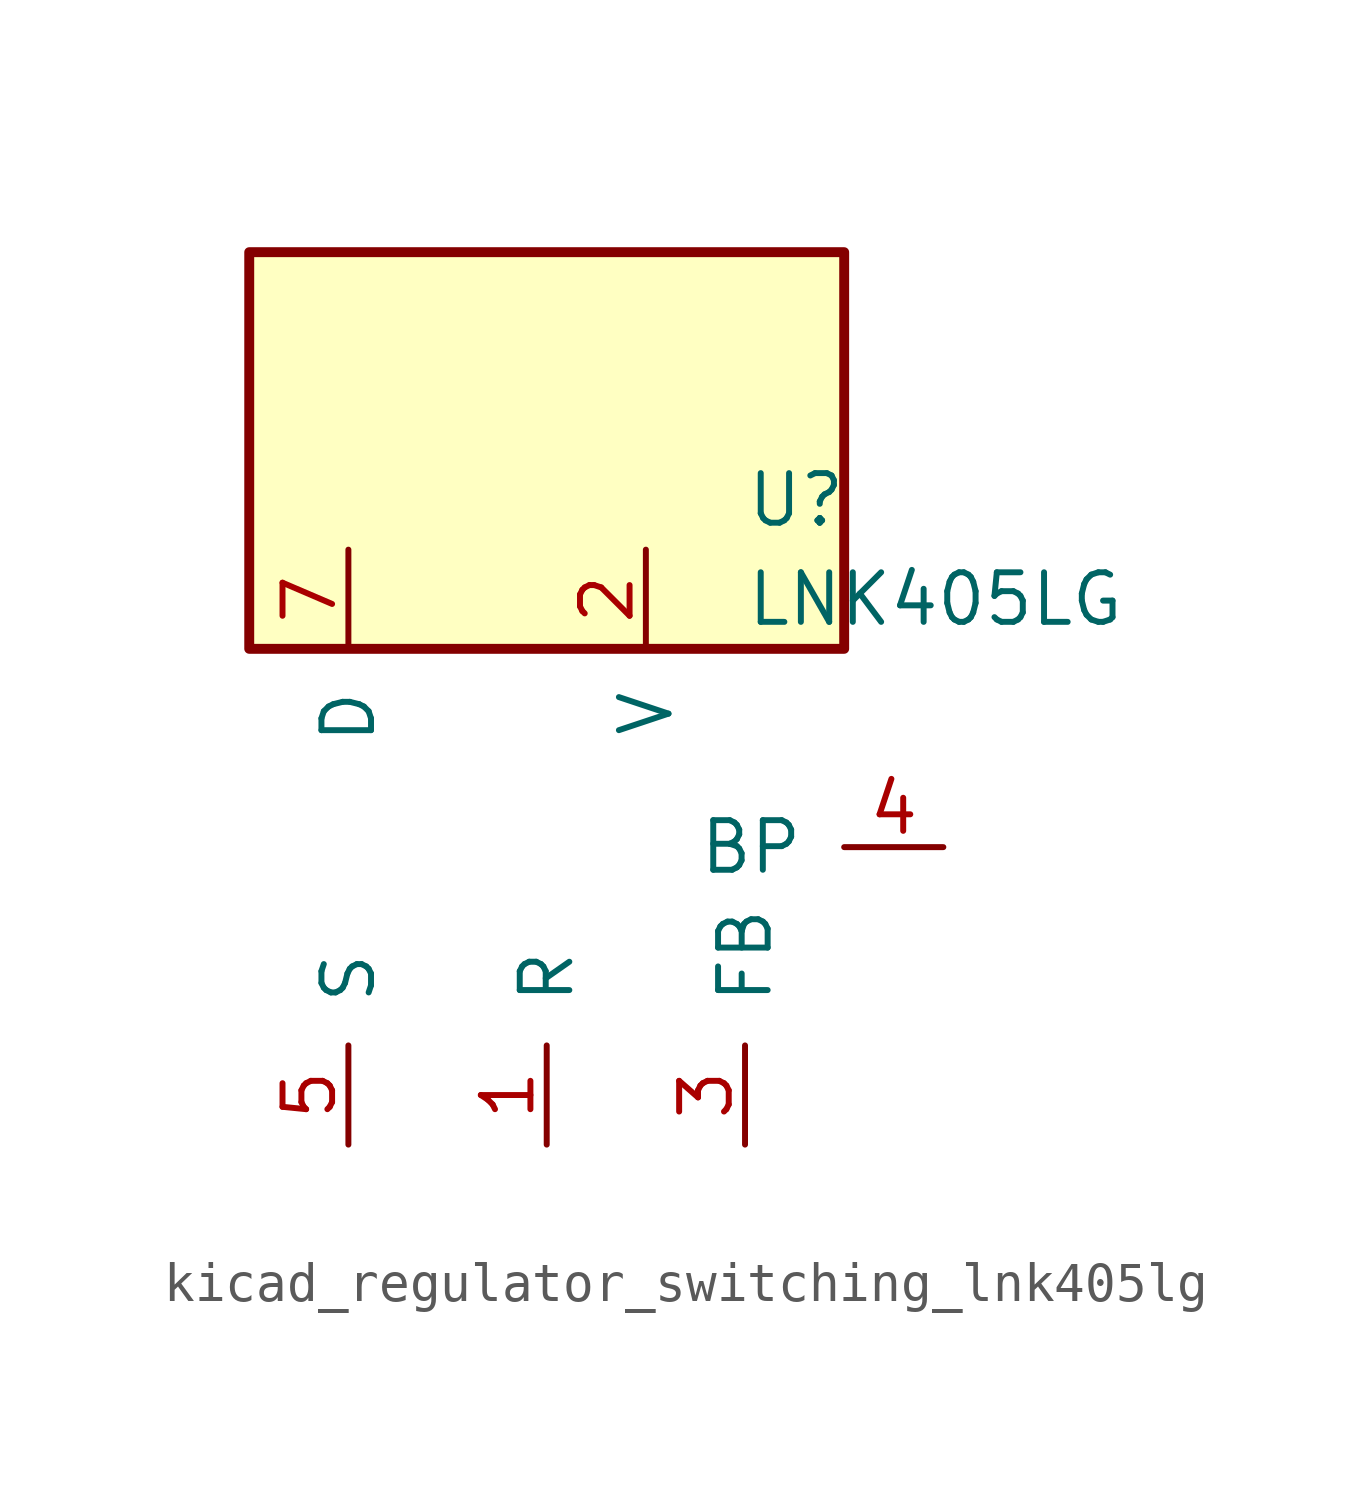
<source format=kicad_sym>
(kicad_symbol_lib
  (version 20220914)
  (generator kicad_symbol_editor)
  (symbol "kicad_regulator_switching_lnk405lg"
    (pin_names
      (offset 1.016))
    (property "Reference" "U"
      (at 5.08 8.89 0)
      (effects (font (size 1.27 1.27)) (justify left)))
    (property "Value" "LNK405LG"
      (at 5.08 6.35 0)
      (effects (font (size 1.27 1.27)) (justify left)))
    (symbol "kicad_regulator_switching_lnk405lg_0_1"
      (rectangle (start 7.62 15.24) (end -7.62 5.08) (stroke (width 0.254) (type default)) (fill (type background))))
    (symbol "kicad_regulator_switching_lnk405lg_1_1"
      (pin input line (at 0 -7.62 90) (length 2.54) (name "R" (effects (font (size 1.27 1.27)))) (number "1" (effects (font (size 1.27 1.27)))))
      (pin input line (at 2.54 7.62 270) (length 2.54) (name "V" (effects (font (size 1.27 1.27)))) (number "2" (effects (font (size 1.27 1.27)))))
      (pin input line (at 5.08 -7.62 90) (length 2.54) (name "FB" (effects (font (size 1.27 1.27)))) (number "3" (effects (font (size 1.27 1.27)))))
      (pin input line (at 10.16 0 180) (length 2.54) (name "BP" (effects (font (size 1.27 1.27)))) (number "4" (effects (font (size 1.27 1.27)))))
      (pin power_in line (at -5.08 -7.62 90) (length 2.54) (name "S" (effects (font (size 1.27 1.27)))) (number "5" (effects (font (size 1.27 1.27)))))
      (pin open_collector line (at -5.08 7.62 270) (length 2.54) (name "D" (effects (font (size 1.27 1.27)))) (number "7" (effects (font (size 1.27 1.27))))))))
</source>
